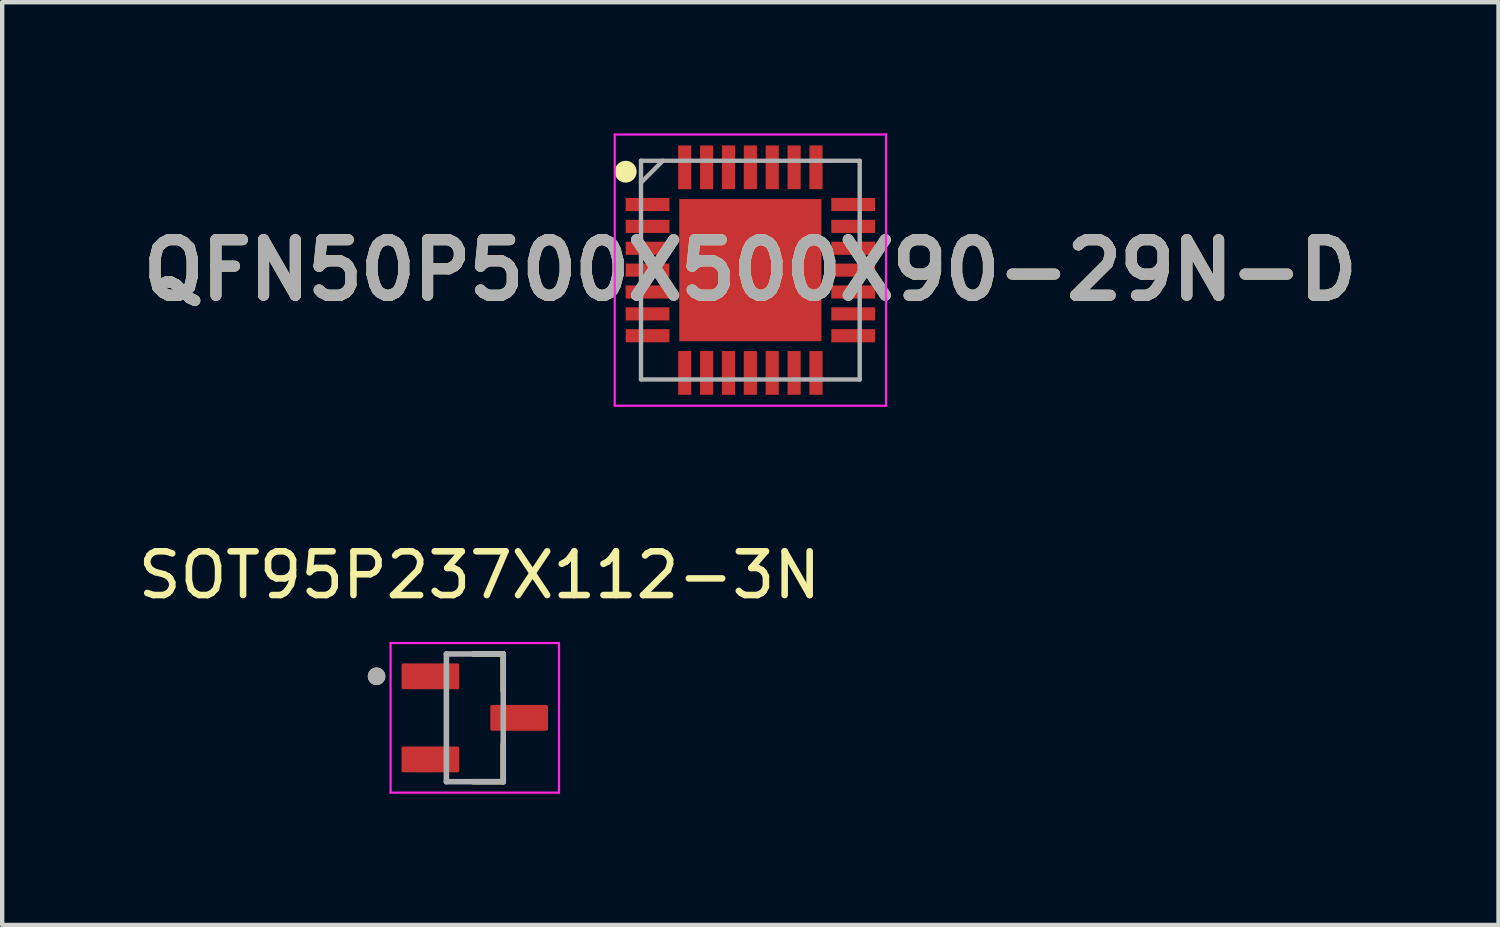
<source format=kicad_pcb>
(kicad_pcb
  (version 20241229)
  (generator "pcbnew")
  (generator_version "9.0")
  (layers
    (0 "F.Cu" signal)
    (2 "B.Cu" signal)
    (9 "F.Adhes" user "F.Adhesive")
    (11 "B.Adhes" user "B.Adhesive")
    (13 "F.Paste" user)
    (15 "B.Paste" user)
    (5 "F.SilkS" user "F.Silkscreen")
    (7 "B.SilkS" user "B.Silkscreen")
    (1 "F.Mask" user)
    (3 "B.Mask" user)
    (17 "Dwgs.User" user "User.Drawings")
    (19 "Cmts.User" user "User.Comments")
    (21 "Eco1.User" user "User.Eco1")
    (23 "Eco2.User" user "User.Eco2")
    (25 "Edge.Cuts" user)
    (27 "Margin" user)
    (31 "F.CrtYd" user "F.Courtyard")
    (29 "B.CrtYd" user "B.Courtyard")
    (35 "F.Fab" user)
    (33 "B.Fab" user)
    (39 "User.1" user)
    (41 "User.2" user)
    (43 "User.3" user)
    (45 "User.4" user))
  (footprint "QFN50P500X500X90-29N-D"
    (layer "F.Cu")
    (at 14.103 3.125)
    (property "Reference" "QFN50P500X500X90-29N-D" (at 0 0 0) (layer "F.SilkS") (effects (font (size 1.27 1.27) (thickness 0.254))))
    (attr smd)
    (fp_circle (center -2.85 -2.25) (end -2.85 -2.125) (stroke (width 0.25) (type solid)) (fill no) (layer "F.SilkS"))
    (fp_line (start -3.1 -3.1) (end 3.1 -3.1) (stroke (width 0.05) (type solid)) (layer "F.CrtYd"))
    (fp_line (start -3.1 3.1) (end -3.1 -3.1) (stroke (width 0.05) (type solid)) (layer "F.CrtYd"))
    (fp_line (start 3.1 -3.1) (end 3.1 3.1) (stroke (width 0.05) (type solid)) (layer "F.CrtYd"))
    (fp_line (start 3.1 3.1) (end -3.1 3.1) (stroke (width 0.05) (type solid)) (layer "F.CrtYd"))
    (fp_line (start -2.5 -2.5) (end 2.5 -2.5) (stroke (width 0.1) (type solid)) (layer "F.Fab"))
    (fp_line (start -2.5 -2) (end -2 -2.5) (stroke (width 0.1) (type solid)) (layer "F.Fab"))
    (fp_line (start -2.5 2.5) (end -2.5 -2.5) (stroke (width 0.1) (type solid)) (layer "F.Fab"))
    (fp_line (start 2.5 -2.5) (end 2.5 2.5) (stroke (width 0.1) (type solid)) (layer "F.Fab"))
    (fp_line (start 2.5 2.5) (end -2.5 2.5) (stroke (width 0.1) (type solid)) (layer "F.Fab"))
    (fp_text user "${REFERENCE}" (at 0 0 0) (layer "F.Fab") (effects (font (size 1.27 1.27) (thickness 0.254))))
    (pad "1" smd rect (at -2.35 -1.5 90) (size 0.3 1) (layers "F.Cu" "F.Mask" "F.Paste"))
    (pad "2" smd rect (at -2.35 -1 90) (size 0.3 1) (layers "F.Cu" "F.Mask" "F.Paste"))
    (pad "3" smd rect (at -2.35 -0.5 90) (size 0.3 1) (layers "F.Cu" "F.Mask" "F.Paste"))
    (pad "4" smd rect (at -2.35 0 90) (size 0.3 1) (layers "F.Cu" "F.Mask" "F.Paste"))
    (pad "5" smd rect (at -2.35 0.5 90) (size 0.3 1) (layers "F.Cu" "F.Mask" "F.Paste"))
    (pad "6" smd rect (at -2.35 1 90) (size 0.3 1) (layers "F.Cu" "F.Mask" "F.Paste"))
    (pad "7" smd rect (at -2.35 1.5 90) (size 0.3 1) (layers "F.Cu" "F.Mask" "F.Paste"))
    (pad "8" smd rect (at -1.5 2.35) (size 0.3 1) (layers "F.Cu" "F.Mask" "F.Paste"))
    (pad "9" smd rect (at -1 2.35) (size 0.3 1) (layers "F.Cu" "F.Mask" "F.Paste"))
    (pad "10" smd rect (at -0.5 2.35) (size 0.3 1) (layers "F.Cu" "F.Mask" "F.Paste"))
    (pad "11" smd rect (at 0 2.35) (size 0.3 1) (layers "F.Cu" "F.Mask" "F.Paste"))
    (pad "12" smd rect (at 0.5 2.35) (size 0.3 1) (layers "F.Cu" "F.Mask" "F.Paste"))
    (pad "13" smd rect (at 1 2.35) (size 0.3 1) (layers "F.Cu" "F.Mask" "F.Paste"))
    (pad "14" smd rect (at 1.5 2.35) (size 0.3 1) (layers "F.Cu" "F.Mask" "F.Paste"))
    (pad "15" smd rect (at 2.35 1.5 90) (size 0.3 1) (layers "F.Cu" "F.Mask" "F.Paste"))
    (pad "16" smd rect (at 2.35 1 90) (size 0.3 1) (layers "F.Cu" "F.Mask" "F.Paste"))
    (pad "17" smd rect (at 2.35 0.5 90) (size 0.3 1) (layers "F.Cu" "F.Mask" "F.Paste"))
    (pad "18" smd rect (at 2.35 0 90) (size 0.3 1) (layers "F.Cu" "F.Mask" "F.Paste"))
    (pad "19" smd rect (at 2.35 -0.5 90) (size 0.3 1) (layers "F.Cu" "F.Mask" "F.Paste"))
    (pad "20" smd rect (at 2.35 -1 90) (size 0.3 1) (layers "F.Cu" "F.Mask" "F.Paste"))
    (pad "21" smd rect (at 2.35 -1.5 90) (size 0.3 1) (layers "F.Cu" "F.Mask" "F.Paste"))
    (pad "22" smd rect (at 1.5 -2.35) (size 0.3 1) (layers "F.Cu" "F.Mask" "F.Paste"))
    (pad "23" smd rect (at 1 -2.35) (size 0.3 1) (layers "F.Cu" "F.Mask" "F.Paste"))
    (pad "24" smd rect (at 0.5 -2.35) (size 0.3 1) (layers "F.Cu" "F.Mask" "F.Paste"))
    (pad "25" smd rect (at 0 -2.35) (size 0.3 1) (layers "F.Cu" "F.Mask" "F.Paste"))
    (pad "26" smd rect (at -0.5 -2.35) (size 0.3 1) (layers "F.Cu" "F.Mask" "F.Paste"))
    (pad "27" smd rect (at -1 -2.35) (size 0.3 1) (layers "F.Cu" "F.Mask" "F.Paste"))
    (pad "28" smd rect (at -1.5 -2.35) (size 0.3 1) (layers "F.Cu" "F.Mask" "F.Paste"))
    (pad "29" smd rect (at 0 0) (size 3.25 3.25) (layers "F.Cu" "F.Mask" "F.Paste")))
  (footprint "SOT95P237X112-3N"
    (layer "F.Cu")
    (at 7.804 13.36)
    (property "Reference" "SOT95P237X112-3N" (at 0.107 -3.262 0) (layer "F.SilkS") (effects (font (size 1 1) (thickness 0.15))))
    (attr smd)
    (fp_line (start -0.035 1.46) (end 0.65 1.46) (stroke (width 0.127) (type solid)) (layer "F.SilkS"))
    (fp_line (start 0.65 -1.46) (end -0.035 -1.46) (stroke (width 0.127) (type solid)) (layer "F.SilkS"))
    (fp_line (start 0.65 -0.615) (end 0.65 -1.46) (stroke (width 0.127) (type solid)) (layer "F.SilkS"))
    (fp_line (start 0.65 1.46) (end 0.65 0.615) (stroke (width 0.127) (type solid)) (layer "F.SilkS"))
    (fp_circle (center -2.246 -0.95) (end -2.146 -0.95) (stroke (width 0.2) (type solid)) (fill no) (layer "F.SilkS"))
    (fp_line (start -1.925 -1.71) (end -1.925 1.71) (stroke (width 0.05) (type solid)) (layer "F.CrtYd"))
    (fp_line (start -1.925 1.71) (end 1.925 1.71) (stroke (width 0.05) (type solid)) (layer "F.CrtYd"))
    (fp_line (start 1.925 -1.71) (end -1.925 -1.71) (stroke (width 0.05) (type solid)) (layer "F.CrtYd"))
    (fp_line (start 1.925 1.71) (end 1.925 -1.71) (stroke (width 0.05) (type solid)) (layer "F.CrtYd"))
    (fp_line (start -0.65 -1.46) (end -0.65 1.46) (stroke (width 0.127) (type solid)) (layer "F.Fab"))
    (fp_line (start -0.65 1.46) (end 0.65 1.46) (stroke (width 0.127) (type solid)) (layer "F.Fab"))
    (fp_line (start 0.65 -1.46) (end -0.65 -1.46) (stroke (width 0.127) (type solid)) (layer "F.Fab"))
    (fp_line (start 0.65 1.46) (end 0.65 -1.46) (stroke (width 0.127) (type solid)) (layer "F.Fab"))
    (fp_circle (center -2.246 -0.95) (end -2.146 -0.95) (stroke (width 0.2) (type solid)) (fill no) (layer "F.Fab"))
    (pad "1" smd roundrect (at -1.015 -0.95) (size 1.32 0.59) (layers "F.Cu" "F.Mask" "F.Paste") (roundrect_rratio 0.07))
    (pad "2" smd roundrect (at -1.015 0.95) (size 1.32 0.59) (layers "F.Cu" "F.Mask" "F.Paste") (roundrect_rratio 0.07))
    (pad "3" smd roundrect (at 1.015 0) (size 1.32 0.59) (layers "F.Cu" "F.Mask" "F.Paste") (roundrect_rratio 0.07)))
  (gr_rect
    (start -3 -3)
    (end 31.206 18.095)
    (stroke (width 0.1) (type default))
    (fill no)
    (layer "Edge.Cuts")))
</source>
